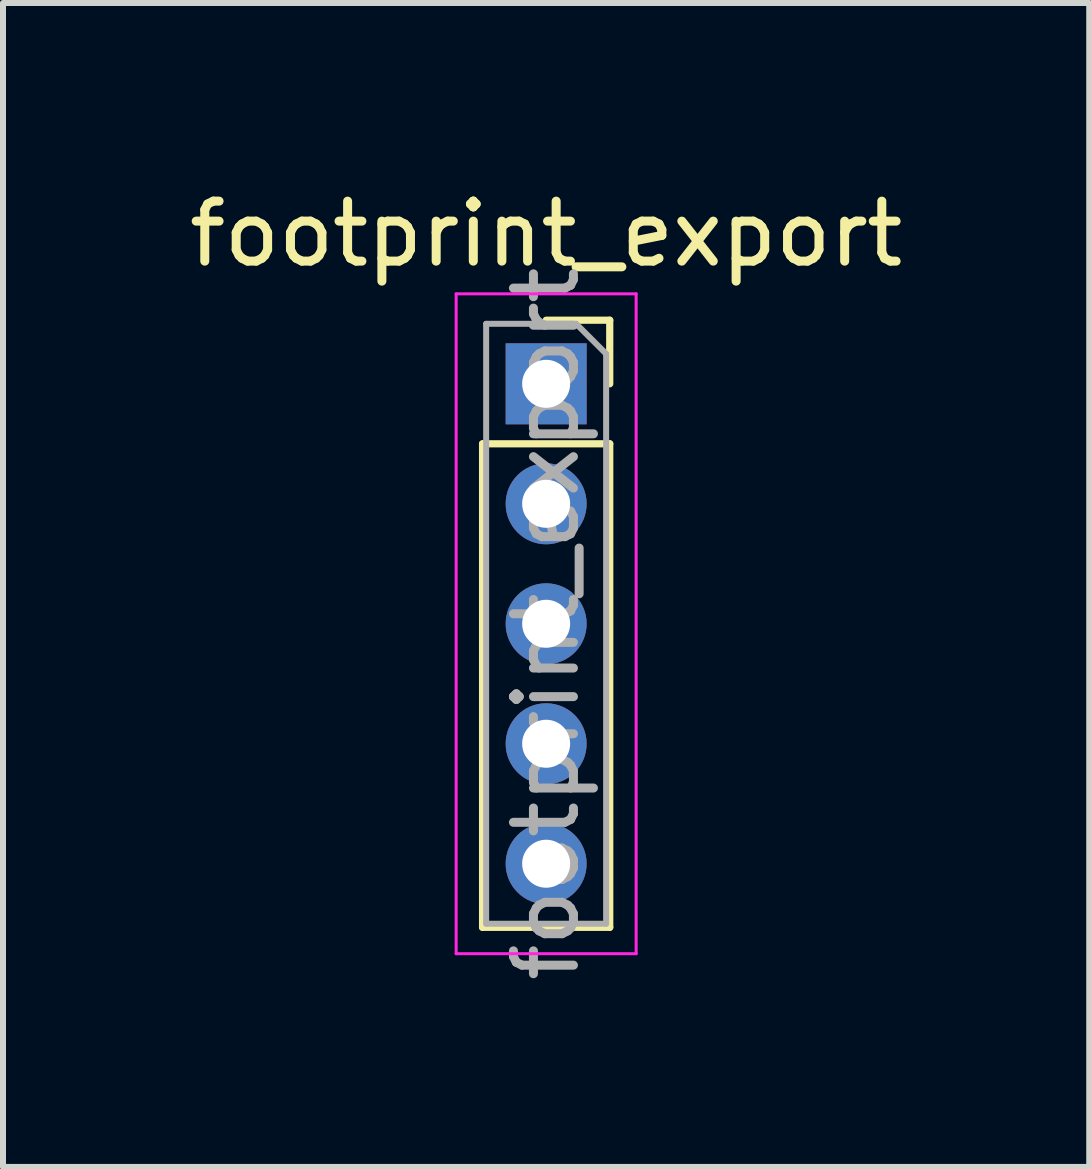
<source format=kicad_pcb>
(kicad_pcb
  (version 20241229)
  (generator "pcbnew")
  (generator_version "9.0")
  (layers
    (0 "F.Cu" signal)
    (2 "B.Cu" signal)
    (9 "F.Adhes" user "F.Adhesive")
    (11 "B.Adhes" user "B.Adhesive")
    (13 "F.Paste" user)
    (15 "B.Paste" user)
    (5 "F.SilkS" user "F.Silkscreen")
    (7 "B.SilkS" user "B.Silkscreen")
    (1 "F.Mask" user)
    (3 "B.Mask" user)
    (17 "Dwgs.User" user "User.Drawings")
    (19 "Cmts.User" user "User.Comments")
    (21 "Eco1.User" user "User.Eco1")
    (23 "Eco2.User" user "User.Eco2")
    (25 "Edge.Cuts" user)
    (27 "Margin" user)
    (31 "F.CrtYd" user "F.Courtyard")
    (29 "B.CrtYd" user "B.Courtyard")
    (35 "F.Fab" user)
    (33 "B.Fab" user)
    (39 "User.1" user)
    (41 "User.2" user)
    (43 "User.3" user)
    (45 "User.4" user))
  (footprint "footprint_export"
    (layer "F.Cu")
    (at 6.054 3.348)
    (property "Reference" "footprint_export" (at 0 -2.5 0) (layer "F.SilkS") (effects (font (size 1 1) (thickness 0.15))))
    (attr through_hole)
    (fp_line (start -1.06 1) (end -1.06 9.06) (stroke (width 0.12) (type solid)) (layer "F.SilkS"))
    (fp_line (start -1.06 1) (end 1.06 1) (stroke (width 0.12) (type solid)) (layer "F.SilkS"))
    (fp_line (start -1.06 9.06) (end 1.06 9.06) (stroke (width 0.12) (type solid)) (layer "F.SilkS"))
    (fp_line (start 0 -1.06) (end 1.06 -1.06) (stroke (width 0.12) (type solid)) (layer "F.SilkS"))
    (fp_line (start 1.06 -1.06) (end 1.06 0) (stroke (width 0.12) (type solid)) (layer "F.SilkS"))
    (fp_line (start 1.06 1) (end 1.06 9.06) (stroke (width 0.12) (type solid)) (layer "F.SilkS"))
    (fp_line (start -1.5 -1.5) (end 1.5 -1.5) (stroke (width 0.05) (type solid)) (layer "F.CrtYd"))
    (fp_line (start -1.5 9.5) (end -1.5 -1.5) (stroke (width 0.05) (type solid)) (layer "F.CrtYd"))
    (fp_line (start 1.5 -1.5) (end 1.5 9.5) (stroke (width 0.05) (type solid)) (layer "F.CrtYd"))
    (fp_line (start 1.5 9.5) (end -1.5 9.5) (stroke (width 0.05) (type solid)) (layer "F.CrtYd"))
    (fp_line (start -1 -1) (end 0.5 -1) (stroke (width 0.1) (type solid)) (layer "F.Fab"))
    (fp_line (start -1 9) (end -1 -1) (stroke (width 0.1) (type solid)) (layer "F.Fab"))
    (fp_line (start 0.5 -1) (end 1 -0.5) (stroke (width 0.1) (type solid)) (layer "F.Fab"))
    (fp_line (start 1 -0.5) (end 1 9) (stroke (width 0.1) (type solid)) (layer "F.Fab"))
    (fp_line (start 1 9) (end -1 9) (stroke (width 0.1) (type solid)) (layer "F.Fab"))
    (fp_text user "${REFERENCE}" (at 0 4 90) (layer "F.Fab") (effects (font (size 1 1) (thickness 0.15))))
    (pad "1" thru_hole rect (at 0 0) (size 1.35 1.35) (drill 0.8) (layers "*.Cu" "*.Mask"))
    (pad "2" thru_hole oval (at 0 2) (size 1.35 1.35) (drill 0.8) (layers "*.Cu" "*.Mask"))
    (pad "3" thru_hole oval (at 0 4) (size 1.35 1.35) (drill 0.8) (layers "*.Cu" "*.Mask"))
    (pad "4" thru_hole oval (at 0 6) (size 1.35 1.35) (drill 0.8) (layers "*.Cu" "*.Mask"))
    (pad "5" thru_hole oval (at 0 8) (size 1.35 1.35) (drill 0.8) (layers "*.Cu" "*.Mask")))
  (gr_rect
    (start -3 -3)
    (end 15.107 16.402)
    (stroke (width 0.1) (type default))
    (fill no)
    (layer "Edge.Cuts")))
</source>
